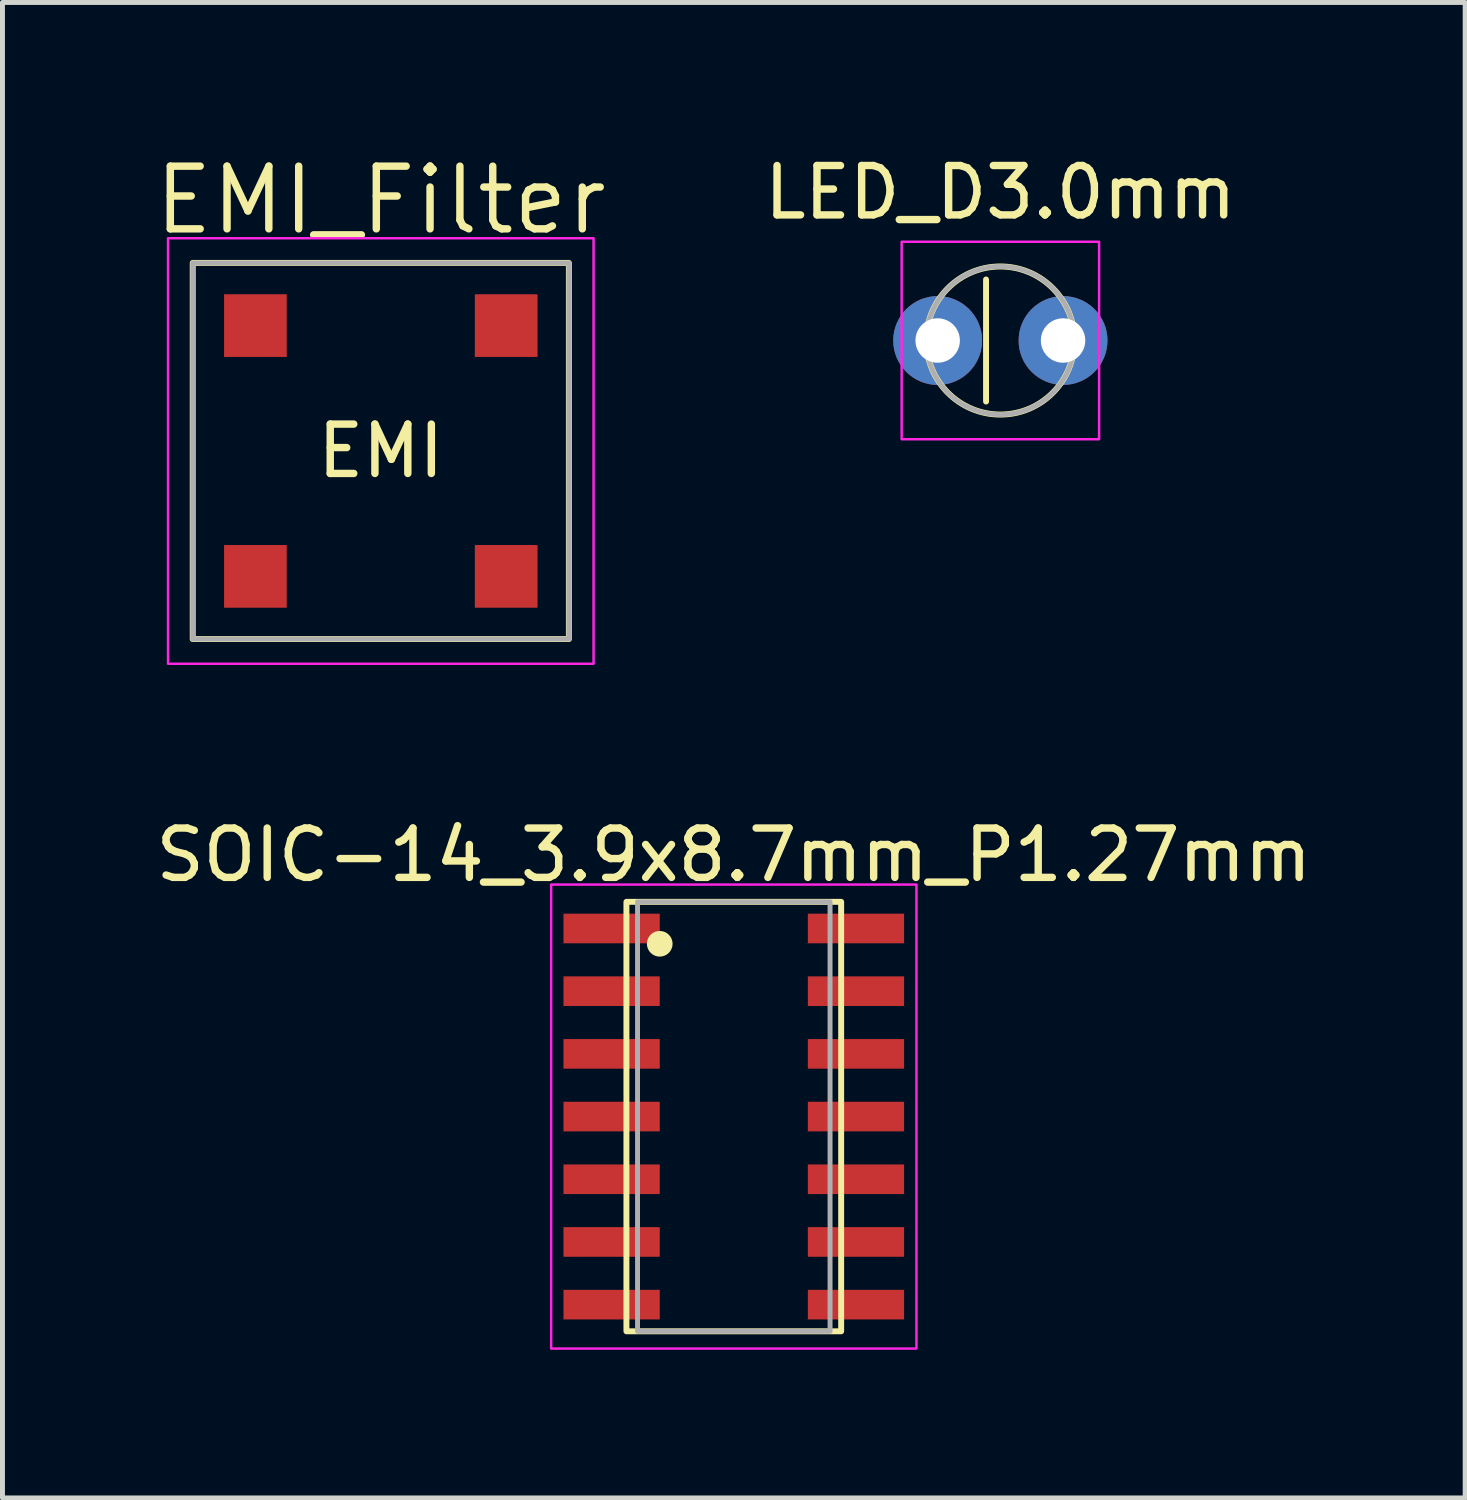
<source format=kicad_pcb>
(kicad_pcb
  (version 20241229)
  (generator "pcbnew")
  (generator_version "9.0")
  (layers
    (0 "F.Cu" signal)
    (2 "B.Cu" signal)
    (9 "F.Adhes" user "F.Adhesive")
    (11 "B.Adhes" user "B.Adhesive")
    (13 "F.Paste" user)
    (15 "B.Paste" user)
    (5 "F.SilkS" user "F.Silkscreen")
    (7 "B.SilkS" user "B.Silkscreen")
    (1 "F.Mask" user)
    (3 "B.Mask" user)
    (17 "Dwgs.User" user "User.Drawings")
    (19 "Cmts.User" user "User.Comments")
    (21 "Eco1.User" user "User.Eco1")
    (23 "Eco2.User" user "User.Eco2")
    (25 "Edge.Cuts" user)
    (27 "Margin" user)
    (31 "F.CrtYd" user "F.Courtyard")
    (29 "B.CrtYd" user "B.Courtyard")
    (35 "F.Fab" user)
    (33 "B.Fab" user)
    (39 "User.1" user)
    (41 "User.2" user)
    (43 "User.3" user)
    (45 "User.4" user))
  (footprint "SOIC-14_3.9x8.7mm_P1.27mm"
    (layer "F.Cu")
    (at 11.815 19.569)
    (property "Reference" "SOIC-14_3.9x8.7mm_P1.27mm" (at 0 -5.3 0) (layer "F.SilkS") (effects (font (size 1 1) (thickness 0.15))))
    (attr smd)
    (fp_rect (start -2.175 -4.35) (end 2.175 4.35) (stroke (width 0.12) (type solid)) (fill no) (layer "F.SilkS"))
    (fp_circle (center -1.5 -3.5) (end -1.3 -3.5) (stroke (width 0.12) (type solid)) (fill yes) (layer "F.SilkS"))
    (fp_rect (start -3.7 -4.7) (end 3.7 4.7) (stroke (width 0.05) (type solid)) (fill no) (layer "F.CrtYd"))
    (fp_rect (start -1.95 -4.35) (end 1.95 4.35) (stroke (width 0.1) (type solid)) (fill no) (layer "F.Fab"))
    (pad "1" smd rect (at -2.475 -3.81) (size 1.95 0.6) (layers "F.Cu" "F.Mask" "F.Paste"))
    (pad "2" smd rect (at -2.475 -2.54) (size 1.95 0.6) (layers "F.Cu" "F.Mask" "F.Paste"))
    (pad "3" smd rect (at -2.475 -1.27) (size 1.95 0.6) (layers "F.Cu" "F.Mask" "F.Paste"))
    (pad "4" smd rect (at -2.475 0) (size 1.95 0.6) (layers "F.Cu" "F.Mask" "F.Paste"))
    (pad "5" smd rect (at -2.475 1.27) (size 1.95 0.6) (layers "F.Cu" "F.Mask" "F.Paste"))
    (pad "6" smd rect (at -2.475 2.54) (size 1.95 0.6) (layers "F.Cu" "F.Mask" "F.Paste"))
    (pad "7" smd rect (at -2.475 3.81) (size 1.95 0.6) (layers "F.Cu" "F.Mask" "F.Paste"))
    (pad "8" smd rect (at 2.475 3.81) (size 1.95 0.6) (layers "F.Cu" "F.Mask" "F.Paste"))
    (pad "9" smd rect (at 2.475 2.54) (size 1.95 0.6) (layers "F.Cu" "F.Mask" "F.Paste"))
    (pad "10" smd rect (at 2.475 1.27) (size 1.95 0.6) (layers "F.Cu" "F.Mask" "F.Paste"))
    (pad "11" smd rect (at 2.475 0) (size 1.95 0.6) (layers "F.Cu" "F.Mask" "F.Paste"))
    (pad "12" smd rect (at 2.475 -1.27) (size 1.95 0.6) (layers "F.Cu" "F.Mask" "F.Paste"))
    (pad "13" smd rect (at 2.475 -2.54) (size 1.95 0.6) (layers "F.Cu" "F.Mask" "F.Paste"))
    (pad "14" smd rect (at 2.475 -3.81) (size 1.95 0.6) (layers "F.Cu" "F.Mask" "F.Paste")))
  (footprint "LED_D3.0mm"
    (layer "F.Cu")
    (at 17.215 3.848)
    (property "Reference" "LED_D3.0mm" (at 0 -3 0) (layer "F.SilkS") (effects (font (size 1 1) (thickness 0.15))))
    (attr through_hole)
    (fp_line (start -0.29 -1.236) (end -0.29 1.236) (stroke (width 0.12) (type solid)) (layer "F.SilkS"))
    (fp_circle (center 0 0) (end 1.5 0) (stroke (width 0.12) (type solid)) (fill no) (layer "F.SilkS"))
    (fp_rect (start -2 -2) (end 2 2) (stroke (width 0.05) (type solid)) (fill no) (layer "F.CrtYd"))
    (fp_circle (center 0 0) (end 1.5 0) (stroke (width 0.1) (type solid)) (fill no) (layer "F.Fab"))
    (pad "1" thru_hole circle (at -1.27 0) (size 1.8 1.8) (drill 0.9) (layers "*.Cu" "*.Mask"))
    (pad "2" thru_hole circle (at 1.27 0) (size 1.8 1.8) (drill 0.9) (layers "*.Cu" "*.Mask")))
  (footprint "EMI_Filter"
    (layer "F.Cu")
    (at 4.664 6.086)
    (property "Reference" "EMI_Filter" (at 0 -5.08 0) (layer "F.SilkS") (effects (font (size 1.27 1.27) (thickness 0.15))))
    (attr smd)
    (fp_rect (start -3.81 -3.81) (end 3.81 3.81) (stroke (width 0.12) (type solid)) (fill no) (layer "F.SilkS"))
    (fp_rect (start -4.31 -4.31) (end 4.31 4.31) (stroke (width 0.05) (type solid)) (fill no) (layer "F.CrtYd"))
    (fp_rect (start -3.81 -3.81) (end 3.81 3.81) (stroke (width 0.1) (type solid)) (fill no) (layer "F.Fab"))
    (fp_text user "EMI" (at 0 0 0) (layer "F.SilkS") (effects (font (size 1 1) (thickness 0.15))))
    (pad "1" smd rect (at -2.54 2.54) (size 1.27 1.27) (layers "F.Cu" "F.Mask" "F.Paste"))
    (pad "2" smd rect (at -2.54 -2.54) (size 1.27 1.27) (layers "F.Cu" "F.Mask" "F.Paste"))
    (pad "3" smd rect (at 2.54 2.54) (size 1.27 1.27) (layers "F.Cu" "F.Mask" "F.Paste"))
    (pad "4" smd rect (at 2.54 -2.54) (size 1.27 1.27) (layers "F.Cu" "F.Mask" "F.Paste")))
  (gr_rect
    (start -3 -3)
    (end 26.631 27.294)
    (stroke (width 0.1) (type default))
    (fill no)
    (layer "Edge.Cuts")))
</source>
